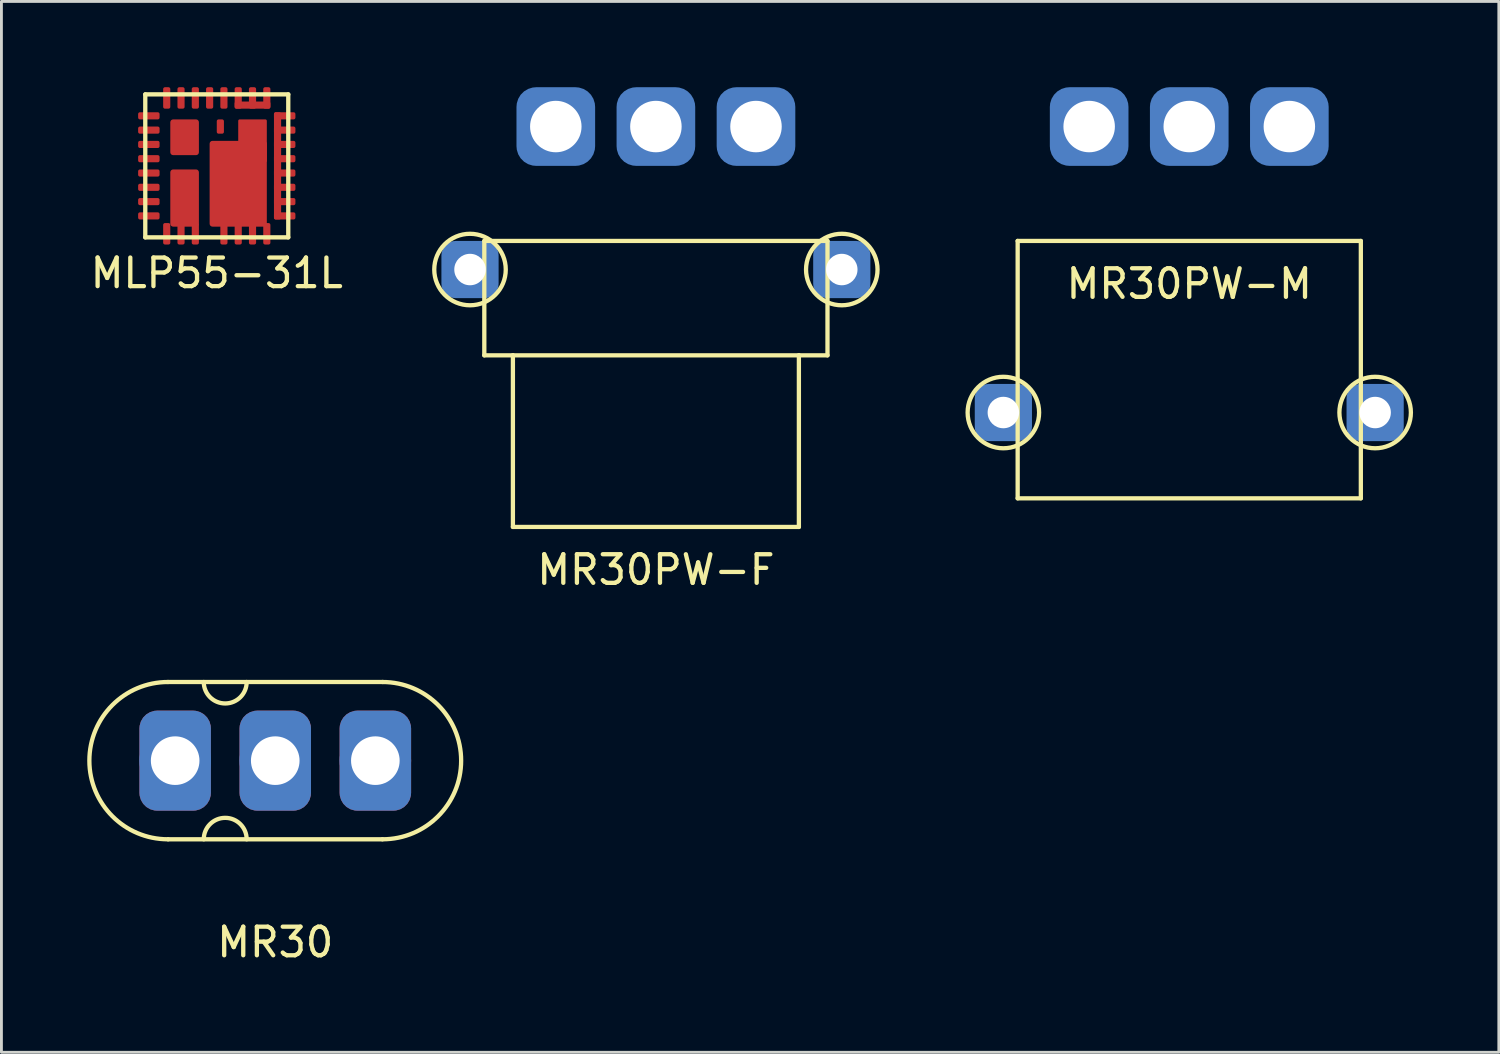
<source format=kicad_pcb>
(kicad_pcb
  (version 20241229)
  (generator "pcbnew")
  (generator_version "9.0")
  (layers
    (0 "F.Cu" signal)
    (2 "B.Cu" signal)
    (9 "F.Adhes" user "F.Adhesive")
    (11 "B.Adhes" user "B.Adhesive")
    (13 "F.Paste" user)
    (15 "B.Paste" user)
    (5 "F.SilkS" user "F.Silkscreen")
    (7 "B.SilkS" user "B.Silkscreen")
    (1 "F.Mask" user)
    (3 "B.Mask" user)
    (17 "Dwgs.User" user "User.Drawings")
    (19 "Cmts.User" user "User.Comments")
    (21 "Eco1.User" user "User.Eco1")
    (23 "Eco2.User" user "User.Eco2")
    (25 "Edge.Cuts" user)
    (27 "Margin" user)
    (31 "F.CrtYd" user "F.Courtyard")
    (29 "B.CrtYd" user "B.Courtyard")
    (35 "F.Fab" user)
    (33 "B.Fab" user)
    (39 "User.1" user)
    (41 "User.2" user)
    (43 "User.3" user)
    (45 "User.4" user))
  (footprint "MR30PW-F"
    (layer "F.Cu")
    (at 19.885 11.375)
    (property "Reference" "MR30PW-F" (at 0 5.5 0) (layer "F.SilkS") (effects (font (size 1 1) (thickness 0.15))))
    (attr through_hole)
    (fp_line (start -6 -6) (end -6 -2) (stroke (width 0.15) (type solid)) (layer "F.SilkS"))
    (fp_line (start -6 -6) (end 6 -6) (stroke (width 0.15) (type solid)) (layer "F.SilkS"))
    (fp_line (start -5 -2) (end -6 -2) (stroke (width 0.15) (type solid)) (layer "F.SilkS"))
    (fp_line (start -5 4) (end -5 -2) (stroke (width 0.15) (type solid)) (layer "F.SilkS"))
    (fp_line (start 5 -2) (end -5 -2) (stroke (width 0.15) (type solid)) (layer "F.SilkS"))
    (fp_line (start 5 -2) (end 6 -2) (stroke (width 0.15) (type solid)) (layer "F.SilkS"))
    (fp_line (start 5 4) (end -5 4) (stroke (width 0.15) (type solid)) (layer "F.SilkS"))
    (fp_line (start 5 4) (end 5 -2) (stroke (width 0.15) (type solid)) (layer "F.SilkS"))
    (fp_line (start 6 -6) (end 6 -2) (stroke (width 0.15) (type solid)) (layer "F.SilkS"))
    (fp_circle (center -6.5 -5) (end -7.75 -5) (stroke (width 0.15) (type solid)) (fill no) (layer "F.SilkS"))
    (fp_circle (center 6.5 -5) (end 5.25 -5) (stroke (width 0.15) (type solid)) (fill no) (layer "F.SilkS"))
    (pad "" thru_hole circle (at -6.5 -5 180) (size 1.5 1.5) (drill 1.1) (layers "*.Cu" "*.Mask"))
    (pad "" smd roundrect (at -6.5 -5 180) (size 2 2) (layers "B.Cu" "B.Mask") (roundrect_rratio 0.25))
    (pad "" thru_hole circle (at 6.5 -5 180) (size 1.5 1.5) (drill 1.1) (layers "*.Cu" "*.Mask"))
    (pad "" smd roundrect (at 6.5 -5 180) (size 2 2) (layers "B.Cu" "B.Mask") (roundrect_rratio 0.25))
    (pad "1" thru_hole circle (at -3.5 -10 180) (size 2.5 2.5) (drill 1.8) (layers "*.Cu" "*.Mask"))
    (pad "1" smd roundrect (at -3.5 -10 180) (size 2.75 2.75) (layers "B.Cu" "B.Mask") (roundrect_rratio 0.25))
    (pad "2" thru_hole circle (at 0 -10 180) (size 2.5 2.5) (drill 1.8) (layers "*.Cu" "*.Mask"))
    (pad "2" smd roundrect (at 0 -10 180) (size 2.75 2.75) (layers "B.Cu" "B.Mask") (roundrect_rratio 0.25))
    (pad "3" thru_hole circle (at 3.5 -10 180) (size 2.5 2.5) (drill 1.8) (layers "*.Cu" "*.Mask"))
    (pad "3" smd roundrect (at 3.5 -10 180) (size 2.75 2.75) (layers "B.Cu" "B.Mask") (roundrect_rratio 0.25)))
  (footprint "MR30"
    (layer "F.Cu")
    (at 6.575 23.548)
    (property "Reference" "MR30" (at 0 6.35 0) (layer "F.SilkS") (effects (font (size 1 1) (thickness 0.15))))
    (attr through_hole)
    (fp_line (start -3.75 -2.75) (end 3.75 -2.75) (stroke (width 0.15) (type solid)) (layer "F.SilkS"))
    (fp_line (start -3.75 2.75) (end 3.75 2.75) (stroke (width 0.15) (type solid)) (layer "F.SilkS"))
    (fp_arc (start -3.75 2.75) (mid -6.5 0) (end -3.75 -2.75) (stroke (width 0.15) (type solid)) (layer "F.SilkS"))
    (fp_arc (start -2.5 2.75) (mid -1.75 2) (end -1 2.75) (stroke (width 0.15) (type solid)) (layer "F.SilkS"))
    (fp_arc (start -1 -2.75) (mid -1.75 -2) (end -2.5 -2.75) (stroke (width 0.15) (type solid)) (layer "F.SilkS"))
    (fp_arc (start 3.75 -2.75) (mid 6.5 0) (end 3.75 2.75) (stroke (width 0.15) (type solid)) (layer "F.SilkS"))
    (pad "1" thru_hole circle (at -3.5 0) (size 2.5 2.5) (drill 1.7) (layers "*.Cu" "*.Mask"))
    (pad "1" smd roundrect (at -3.5 0) (size 2.5 3.5) (layers "F.Cu" "F.Mask") (roundrect_rratio 0.25))
    (pad "1" smd roundrect (at -3.5 0) (size 2.5 3.5) (layers "B.Cu" "B.Mask") (roundrect_rratio 0.25))
    (pad "2" thru_hole circle (at 0 0) (size 2.5 2.5) (drill 1.7) (layers "*.Cu" "*.Mask"))
    (pad "2" smd roundrect (at 0 0) (size 2.5 3.5) (layers "F.Cu" "F.Mask") (roundrect_rratio 0.25))
    (pad "2" smd roundrect (at 0 0) (size 2.5 3.5) (layers "B.Cu" "B.Mask") (roundrect_rratio 0.25))
    (pad "3" thru_hole circle (at 3.5 0) (size 2.5 2.5) (drill 1.7) (layers "*.Cu" "*.Mask"))
    (pad "3" smd roundrect (at 3.5 0) (size 2.5 3.5) (layers "F.Cu" "F.Mask") (roundrect_rratio 0.25))
    (pad "3" smd roundrect (at 3.5 0) (size 2.5 3.5) (layers "B.Cu" "B.Mask") (roundrect_rratio 0.25)))
  (footprint "MLP55-31L"
    (layer "F.Cu")
    (at 4.53 2.75)
    (property "Reference" "MLP55-31L" (at 0 3.75 0) (layer "F.SilkS") (effects (font (size 1 1) (thickness 0.15))))
    (attr through_hole)
    (fp_line (start -2.5 -2.5) (end 2.5 -2.5) (stroke (width 0.15) (type solid)) (layer "F.SilkS"))
    (fp_line (start -2.5 2.5) (end -2.5 -2.5) (stroke (width 0.15) (type solid)) (layer "F.SilkS"))
    (fp_line (start 2.5 -2.5) (end 2.5 2.5) (stroke (width 0.15) (type solid)) (layer "F.SilkS"))
    (fp_line (start 2.5 2.5) (end -2.5 2.5) (stroke (width 0.15) (type solid)) (layer "F.SilkS"))
    (pad "1" smd roundrect (at -2.5 -1.75) (size 0.75 0.25) (drill (offset 0.125 0)) (layers "F.Cu" "F.Mask" "F.Paste") (roundrect_rratio 0.25))
    (pad "2" smd roundrect (at -2.5 -1.25) (size 0.75 0.25) (drill (offset 0.125 0)) (layers "F.Cu" "F.Mask" "F.Paste") (roundrect_rratio 0.25))
    (pad "3" smd roundrect (at -2.5 -0.75) (size 0.75 0.25) (drill (offset 0.125 0)) (layers "F.Cu" "F.Mask" "F.Paste") (roundrect_rratio 0.25))
    (pad "4" smd roundrect (at -2.5 -0.25) (size 0.75 0.25) (drill (offset 0.125 0)) (layers "F.Cu" "F.Mask" "F.Paste") (roundrect_rratio 0.25))
    (pad "4" smd roundrect (at -1.25 -1) (size 1 1.25) (drill (offset 0.125 0)) (layers "F.Cu" "F.Mask" "F.Paste") (roundrect_rratio 0.1))
    (pad "5" smd roundrect (at -2.5 0.25) (size 0.75 0.25) (drill (offset 0.125 0)) (layers "F.Cu" "F.Mask" "F.Paste") (roundrect_rratio 0.25))
    (pad "6" smd roundrect (at -2.5 0.75) (size 0.75 0.25) (drill (offset 0.125 0)) (layers "F.Cu" "F.Mask" "F.Paste") (roundrect_rratio 0.25))
    (pad "7" smd roundrect (at -2.5 1.25) (size 0.75 0.25) (drill (offset 0.125 0)) (layers "F.Cu" "F.Mask" "F.Paste") (roundrect_rratio 0.25))
    (pad "8" smd roundrect (at -2.5 1.75) (size 0.75 0.25) (drill (offset 0.125 0)) (layers "F.Cu" "F.Mask" "F.Paste") (roundrect_rratio 0.25))
    (pad "8" smd roundrect (at -1.75 2.5 90) (size 0.75 0.25) (drill (offset 0.125 0)) (layers "F.Cu" "F.Mask" "F.Paste") (roundrect_rratio 0.25))
    (pad "8" smd roundrect (at -1.25 1) (size 1 2) (drill (offset 0.125 0.125)) (layers "F.Cu" "F.Mask" "F.Paste") (roundrect_rratio 0.1))
    (pad "8" smd roundrect (at -1.25 2.5 90) (size 0.75 0.25) (drill (offset 0.125 0)) (layers "F.Cu" "F.Mask" "F.Paste") (roundrect_rratio 0.25))
    (pad "8" smd roundrect (at -0.75 2.5 90) (size 0.75 0.25) (drill (offset 0.125 0)) (layers "F.Cu" "F.Mask" "F.Paste") (roundrect_rratio 0.25))
    (pad "8" smd roundrect (at -0.25 -2.5 270) (size 0.75 0.25) (drill (offset 0.125 0)) (layers "F.Cu" "F.Mask" "F.Paste") (roundrect_rratio 0.25))
    (pad "9" smd roundrect (at 0.25 2.5 90) (size 0.75 0.25) (drill (offset 0.125 0)) (layers "F.Cu" "F.Mask" "F.Paste") (roundrect_rratio 0.25))
    (pad "9" smd roundrect (at 0.75 0.5) (size 2 3) (drill (offset 0 0.125)) (layers "F.Cu" "F.Mask" "F.Paste") (roundrect_rratio 0.05))
    (pad "9" smd roundrect (at 0.75 2.5 90) (size 0.75 0.25) (drill (offset 0.125 0)) (layers "F.Cu" "F.Mask" "F.Paste") (roundrect_rratio 0.25))
    (pad "9" smd roundrect (at 1.25 -1) (size 1 1.5) (drill (offset 0 0.125)) (layers "F.Cu" "F.Mask" "F.Paste") (roundrect_rratio 0.05))
    (pad "9" smd roundrect (at 1.25 2.5 90) (size 0.75 0.25) (drill (offset 0.125 0)) (layers "F.Cu" "F.Mask" "F.Paste") (roundrect_rratio 0.25))
    (pad "9" smd roundrect (at 1.75 2.5 90) (size 0.75 0.25) (drill (offset 0.125 0)) (layers "F.Cu" "F.Mask" "F.Paste") (roundrect_rratio 0.25))
    (pad "10" smd roundrect (at 0.75 -2.5 270) (size 0.75 0.25) (drill (offset 0.125 0)) (layers "F.Cu" "F.Mask" "F.Paste") (roundrect_rratio 0.25))
    (pad "10" smd roundrect (at 1.25 -2.5 270) (size 0.75 0.25) (drill (offset 0.125 0)) (layers "F.Cu" "F.Mask" "F.Paste") (roundrect_rratio 0.25))
    (pad "10" smd roundrect (at 1.25 -2.25 270) (size 0.25 1.25) (drill (offset 0.125 0)) (layers "F.Cu" "F.Mask" "F.Paste") (roundrect_rratio 0.25))
    (pad "10" smd roundrect (at 1.75 -2.5 270) (size 0.75 0.25) (drill (offset 0.125 0)) (layers "F.Cu" "F.Mask" "F.Paste") (roundrect_rratio 0.25))
    (pad "10" smd roundrect (at 2 0) (size 0.25 3.75) (drill (offset 0.125 0)) (layers "F.Cu" "F.Mask" "F.Paste") (roundrect_rratio 0.25))
    (pad "10" smd roundrect (at 2.5 -1.75 180) (size 0.75 0.25) (drill (offset 0.125 0)) (layers "F.Cu" "F.Mask" "F.Paste") (roundrect_rratio 0.25))
    (pad "10" smd roundrect (at 2.5 -1.25 180) (size 0.75 0.25) (drill (offset 0.125 0)) (layers "F.Cu" "F.Mask" "F.Paste") (roundrect_rratio 0.25))
    (pad "10" smd roundrect (at 2.5 -0.75 180) (size 0.75 0.25) (drill (offset 0.125 0)) (layers "F.Cu" "F.Mask" "F.Paste") (roundrect_rratio 0.25))
    (pad "10" smd roundrect (at 2.5 -0.25 180) (size 0.75 0.25) (drill (offset 0.125 0)) (layers "F.Cu" "F.Mask" "F.Paste") (roundrect_rratio 0.25))
    (pad "10" smd roundrect (at 2.5 0.25 180) (size 0.75 0.25) (drill (offset 0.125 0)) (layers "F.Cu" "F.Mask" "F.Paste") (roundrect_rratio 0.25))
    (pad "10" smd roundrect (at 2.5 0.75 180) (size 0.75 0.25) (drill (offset 0.125 0)) (layers "F.Cu" "F.Mask" "F.Paste") (roundrect_rratio 0.25))
    (pad "10" smd roundrect (at 2.5 1.25 180) (size 0.75 0.25) (drill (offset 0.125 0)) (layers "F.Cu" "F.Mask" "F.Paste") (roundrect_rratio 0.25))
    (pad "10" smd roundrect (at 2.5 1.75 180) (size 0.75 0.25) (drill (offset 0.125 0)) (layers "F.Cu" "F.Mask" "F.Paste") (roundrect_rratio 0.25))
    (pad "11" smd roundrect (at 0 -1.5) (size 0.25 0.5) (drill (offset 0.125 0.125)) (layers "F.Cu" "F.Mask" "F.Paste") (roundrect_rratio 0.25))
    (pad "11" smd roundrect (at 0.25 -2.5 270) (size 0.75 0.25) (drill (offset 0.125 0)) (layers "F.Cu" "F.Mask" "F.Paste") (roundrect_rratio 0.25))
    (pad "12" smd roundrect (at -0.75 -2.5 270) (size 0.75 0.25) (drill (offset 0.125 0)) (layers "F.Cu" "F.Mask" "F.Paste") (roundrect_rratio 0.25))
    (pad "13" smd roundrect (at -1.25 -2.5 270) (size 0.75 0.25) (drill (offset 0.125 0)) (layers "F.Cu" "F.Mask" "F.Paste") (roundrect_rratio 0.25))
    (pad "14" smd roundrect (at -1.75 -2.5 270) (size 0.75 0.25) (drill (offset 0.125 0)) (layers "F.Cu" "F.Mask" "F.Paste") (roundrect_rratio 0.25)))
  (footprint "MR30PW-M"
    (layer "F.Cu")
    (at 38.535 1.375)
    (property "Reference" "MR30PW-M" (at 0 5.5 0) (layer "F.SilkS") (effects (font (size 1 1) (thickness 0.15))))
    (attr through_hole)
    (fp_line (start -6 4) (end -6 13) (stroke (width 0.15) (type solid)) (layer "F.SilkS"))
    (fp_line (start -6 4) (end 6 4) (stroke (width 0.15) (type solid)) (layer "F.SilkS"))
    (fp_line (start 6 4) (end 6 13) (stroke (width 0.15) (type solid)) (layer "F.SilkS"))
    (fp_line (start 6 13) (end -6 13) (stroke (width 0.15) (type solid)) (layer "F.SilkS"))
    (fp_circle (center -6.5 10) (end -7.75 10) (stroke (width 0.15) (type solid)) (fill no) (layer "F.SilkS"))
    (fp_circle (center 6.5 10) (end 5.25 10) (stroke (width 0.15) (type solid)) (fill no) (layer "F.SilkS"))
    (pad "" thru_hole circle (at -6.5 10 180) (size 1.5 1.5) (drill 1.1) (layers "*.Cu" "*.Mask"))
    (pad "" smd roundrect (at -6.5 10 180) (size 2 2) (layers "B.Cu" "B.Mask") (roundrect_rratio 0.25))
    (pad "" thru_hole circle (at 6.5 10 180) (size 1.5 1.5) (drill 1.1) (layers "*.Cu" "*.Mask"))
    (pad "" smd roundrect (at 6.5 10 180) (size 2 2) (layers "B.Cu" "B.Mask") (roundrect_rratio 0.25))
    (pad "1" thru_hole circle (at -3.5 0 180) (size 2.5 2.5) (drill 1.8) (layers "*.Cu" "*.Mask"))
    (pad "1" smd roundrect (at -3.5 0 180) (size 2.75 2.75) (layers "B.Cu" "B.Mask") (roundrect_rratio 0.25))
    (pad "2" thru_hole circle (at 0 0 180) (size 2.5 2.5) (drill 1.8) (layers "*.Cu" "*.Mask"))
    (pad "2" smd roundrect (at 0 0 180) (size 2.75 2.75) (layers "B.Cu" "B.Mask") (roundrect_rratio 0.25))
    (pad "3" thru_hole circle (at 3.5 0 180) (size 2.5 2.5) (drill 1.8) (layers "*.Cu" "*.Mask"))
    (pad "3" smd roundrect (at 3.5 0 180) (size 2.75 2.75) (layers "B.Cu" "B.Mask") (roundrect_rratio 0.25)))
  (gr_rect
    (start -3 -3)
    (end 49.36 33.746)
    (stroke (width 0.1) (type default))
    (fill no)
    (layer "Edge.Cuts")))
</source>
